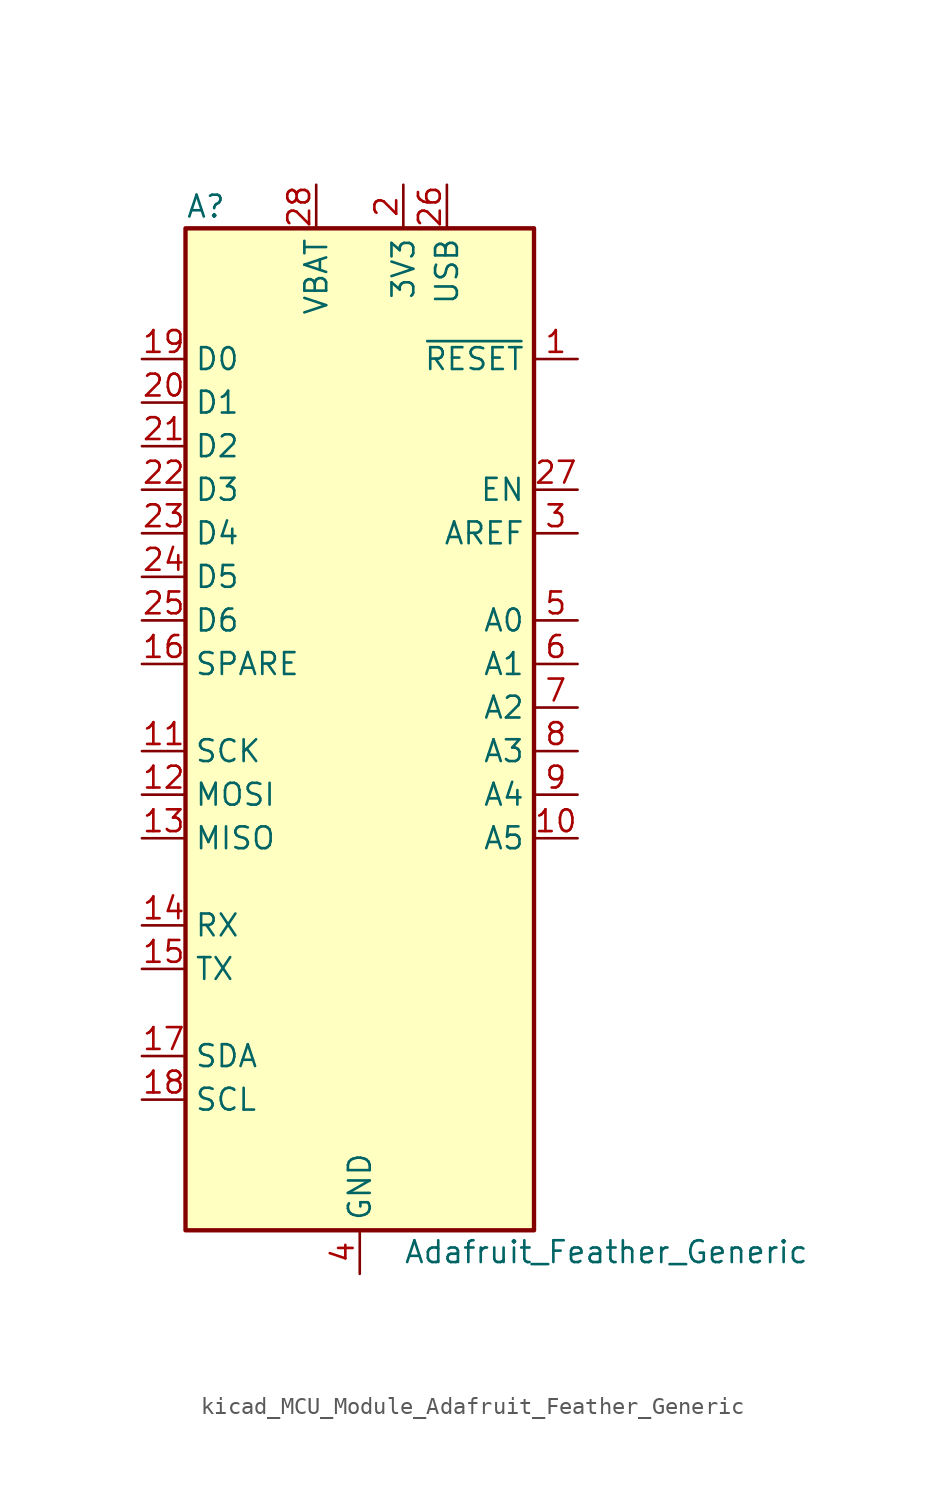
<source format=kicad_sym>
(kicad_symbol_lib
  (version 20220914)
  (generator kicad_symbol_editor)
  (symbol "kicad_MCU_Module_Adafruit_Feather_Generic"
    (property "Reference" "A"
      (at -10.16 29.21 0)
      (effects (font (size 1.27 1.27)) (justify left)))
    (property "Value" "Adafruit_Feather_Generic"
      (at 2.54 -31.75 0)
      (effects (font (size 1.27 1.27)) (justify left)))
    (symbol "kicad_MCU_Module_Adafruit_Feather_Generic_0_1"
      (rectangle (start -10.16 27.94) (end 10.16 -30.48) (stroke (width 0.254) (type default)) (fill (type background))))
    (symbol "kicad_MCU_Module_Adafruit_Feather_Generic_1_1"
      (pin input line (at 12.7 20.32 180) (length 2.54) (name "~{RESET}" (effects (font (size 1.27 1.27)))) (number "1" (effects (font (size 1.27 1.27)))))
      (pin bidirectional line (at 12.7 -7.62 180) (length 2.54) (name "A5" (effects (font (size 1.27 1.27)))) (number "10" (effects (font (size 1.27 1.27)))))
      (pin bidirectional line (at -12.7 -2.54 0) (length 2.54) (name "SCK" (effects (font (size 1.27 1.27)))) (number "11" (effects (font (size 1.27 1.27)))))
      (pin bidirectional line (at -12.7 -5.08 0) (length 2.54) (name "MOSI" (effects (font (size 1.27 1.27)))) (number "12" (effects (font (size 1.27 1.27)))))
      (pin bidirectional line (at -12.7 -7.62 0) (length 2.54) (name "MISO" (effects (font (size 1.27 1.27)))) (number "13" (effects (font (size 1.27 1.27)))))
      (pin bidirectional line (at -12.7 -12.7 0) (length 2.54) (name "RX" (effects (font (size 1.27 1.27)))) (number "14" (effects (font (size 1.27 1.27)))))
      (pin bidirectional line (at -12.7 -15.24 0) (length 2.54) (name "TX" (effects (font (size 1.27 1.27)))) (number "15" (effects (font (size 1.27 1.27)))))
      (pin bidirectional line (at -12.7 2.54 0) (length 2.54) (name "SPARE" (effects (font (size 1.27 1.27)))) (number "16" (effects (font (size 1.27 1.27)))))
      (pin bidirectional line (at -12.7 -20.32 0) (length 2.54) (name "SDA" (effects (font (size 1.27 1.27)))) (number "17" (effects (font (size 1.27 1.27)))))
      (pin bidirectional line (at -12.7 -22.86 0) (length 2.54) (name "SCL" (effects (font (size 1.27 1.27)))) (number "18" (effects (font (size 1.27 1.27)))))
      (pin bidirectional line (at -12.7 20.32 0) (length 2.54) (name "D0" (effects (font (size 1.27 1.27)))) (number "19" (effects (font (size 1.27 1.27)))))
      (pin power_in line (at 2.54 30.48 270) (length 2.54) (name "3V3" (effects (font (size 1.27 1.27)))) (number "2" (effects (font (size 1.27 1.27)))))
      (pin bidirectional line (at -12.7 17.78 0) (length 2.54) (name "D1" (effects (font (size 1.27 1.27)))) (number "20" (effects (font (size 1.27 1.27)))))
      (pin bidirectional line (at -12.7 15.24 0) (length 2.54) (name "D2" (effects (font (size 1.27 1.27)))) (number "21" (effects (font (size 1.27 1.27)))))
      (pin bidirectional line (at -12.7 12.7 0) (length 2.54) (name "D3" (effects (font (size 1.27 1.27)))) (number "22" (effects (font (size 1.27 1.27)))))
      (pin bidirectional line (at -12.7 10.16 0) (length 2.54) (name "D4" (effects (font (size 1.27 1.27)))) (number "23" (effects (font (size 1.27 1.27)))))
      (pin bidirectional line (at -12.7 7.62 0) (length 2.54) (name "D5" (effects (font (size 1.27 1.27)))) (number "24" (effects (font (size 1.27 1.27)))))
      (pin bidirectional line (at -12.7 5.08 0) (length 2.54) (name "D6" (effects (font (size 1.27 1.27)))) (number "25" (effects (font (size 1.27 1.27)))))
      (pin power_in line (at 5.08 30.48 270) (length 2.54) (name "USB" (effects (font (size 1.27 1.27)))) (number "26" (effects (font (size 1.27 1.27)))))
      (pin input line (at 12.7 12.7 180) (length 2.54) (name "EN" (effects (font (size 1.27 1.27)))) (number "27" (effects (font (size 1.27 1.27)))))
      (pin power_in line (at -2.54 30.48 270) (length 2.54) (name "VBAT" (effects (font (size 1.27 1.27)))) (number "28" (effects (font (size 1.27 1.27)))))
      (pin input line (at 12.7 10.16 180) (length 2.54) (name "AREF" (effects (font (size 1.27 1.27)))) (number "3" (effects (font (size 1.27 1.27)))))
      (pin power_in line (at 0 -33.02 90) (length 2.54) (name "GND" (effects (font (size 1.27 1.27)))) (number "4" (effects (font (size 1.27 1.27)))))
      (pin bidirectional line (at 12.7 5.08 180) (length 2.54) (name "A0" (effects (font (size 1.27 1.27)))) (number "5" (effects (font (size 1.27 1.27)))))
      (pin bidirectional line (at 12.7 2.54 180) (length 2.54) (name "A1" (effects (font (size 1.27 1.27)))) (number "6" (effects (font (size 1.27 1.27)))))
      (pin bidirectional line (at 12.7 0 180) (length 2.54) (name "A2" (effects (font (size 1.27 1.27)))) (number "7" (effects (font (size 1.27 1.27)))))
      (pin bidirectional line (at 12.7 -2.54 180) (length 2.54) (name "A3" (effects (font (size 1.27 1.27)))) (number "8" (effects (font (size 1.27 1.27)))))
      (pin bidirectional line (at 12.7 -5.08 180) (length 2.54) (name "A4" (effects (font (size 1.27 1.27)))) (number "9" (effects (font (size 1.27 1.27))))))))
</source>
